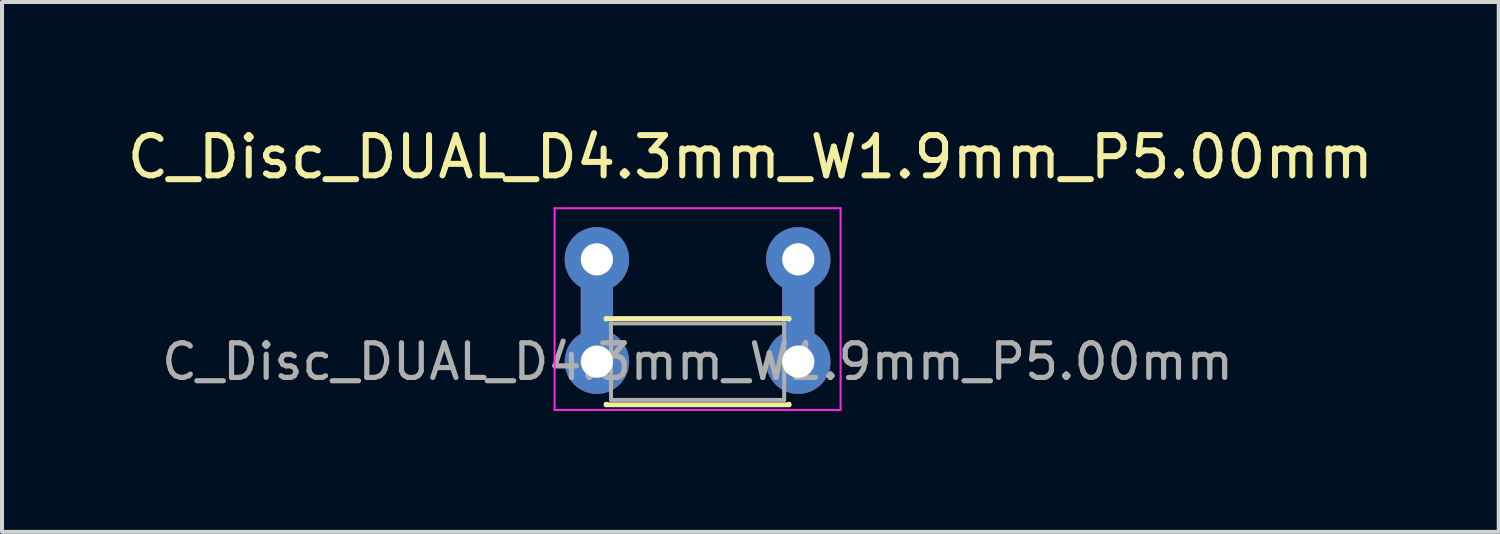
<source format=kicad_pcb>
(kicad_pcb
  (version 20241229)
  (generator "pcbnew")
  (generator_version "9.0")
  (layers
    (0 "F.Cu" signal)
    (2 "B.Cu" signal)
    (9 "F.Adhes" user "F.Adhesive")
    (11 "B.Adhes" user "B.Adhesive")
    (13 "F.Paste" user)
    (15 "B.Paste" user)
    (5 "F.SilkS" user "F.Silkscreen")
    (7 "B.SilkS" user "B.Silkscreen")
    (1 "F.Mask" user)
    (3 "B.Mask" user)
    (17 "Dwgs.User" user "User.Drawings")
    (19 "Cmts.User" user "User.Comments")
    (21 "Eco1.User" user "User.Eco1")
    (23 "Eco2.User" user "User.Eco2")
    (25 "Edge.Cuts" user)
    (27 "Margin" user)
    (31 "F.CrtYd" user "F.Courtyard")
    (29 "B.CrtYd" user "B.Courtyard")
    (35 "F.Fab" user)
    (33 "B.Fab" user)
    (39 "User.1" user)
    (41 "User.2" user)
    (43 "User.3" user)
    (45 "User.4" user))
  (footprint "C_Disc_DUAL_D4.3mm_W1.9mm_P5.00mm"
    (layer "F.Cu")
    (at 11.767 5.928)
    (property "Reference" "C_Disc_DUAL_D4.3mm_W1.9mm_P5.00mm" (at 3.81 -5.08 0) (layer "F.SilkS") (effects (font (size 1 1) (thickness 0.15))))
    (attr through_hole)
    (fp_line (start 0 0) (end 0 -2.54) (stroke (width 0.8) (type default)) (layer "F.Cu"))
    (fp_line (start 5 0) (end 5 -2.54) (stroke (width 0.8) (type default)) (layer "F.Cu"))
    (fp_line (start 0 0) (end 0 -2.54) (stroke (width 0.8) (type default)) (layer "B.Cu"))
    (fp_line (start 5 0) (end 5 -2.54) (stroke (width 0.8) (type default)) (layer "B.Cu"))
    (fp_line (start 0.23 -1.07) (end 0.23 -1.055) (stroke (width 0.12) (type solid)) (layer "F.SilkS"))
    (fp_line (start 0.23 -1.07) (end 4.77 -1.07) (stroke (width 0.12) (type solid)) (layer "F.SilkS"))
    (fp_line (start 0.23 1.055) (end 0.23 1.07) (stroke (width 0.12) (type solid)) (layer "F.SilkS"))
    (fp_line (start 0.23 1.07) (end 4.77 1.07) (stroke (width 0.12) (type solid)) (layer "F.SilkS"))
    (fp_line (start 4.77 -1.07) (end 4.77 -1.055) (stroke (width 0.12) (type solid)) (layer "F.SilkS"))
    (fp_line (start 4.77 1.055) (end 4.77 1.07) (stroke (width 0.12) (type solid)) (layer "F.SilkS"))
    (fp_line (start -1.05 -3.81) (end -1.05 1.2) (stroke (width 0.05) (type solid)) (layer "F.CrtYd"))
    (fp_line (start -1.05 1.2) (end 6.05 1.2) (stroke (width 0.05) (type solid)) (layer "F.CrtYd"))
    (fp_line (start 6.05 -3.81) (end -1.05 -3.81) (stroke (width 0.05) (type solid)) (layer "F.CrtYd"))
    (fp_line (start 6.05 1.2) (end 6.05 -3.81) (stroke (width 0.05) (type solid)) (layer "F.CrtYd"))
    (fp_line (start 0.35 -0.95) (end 0.35 0.95) (stroke (width 0.1) (type solid)) (layer "F.Fab"))
    (fp_line (start 0.35 0.95) (end 4.65 0.95) (stroke (width 0.1) (type solid)) (layer "F.Fab"))
    (fp_line (start 4.65 -0.95) (end 0.35 -0.95) (stroke (width 0.1) (type solid)) (layer "F.Fab"))
    (fp_line (start 4.65 0.95) (end 4.65 -0.95) (stroke (width 0.1) (type solid)) (layer "F.Fab"))
    (fp_text user "${REFERENCE}" (at 2.5 0 0) (layer "F.Fab") (effects (font (size 0.86 0.86) (thickness 0.129))))
    (pad "" thru_hole circle (at 0 -2.54) (size 1.6 1.6) (drill 0.8) (layers "*.Cu" "*.Mask"))
    (pad "" thru_hole circle (at 5 -2.54) (size 1.6 1.6) (drill 0.8) (layers "*.Cu" "*.Mask"))
    (pad "1" thru_hole circle (at 0 0) (size 1.6 1.6) (drill 0.8) (layers "*.Cu" "*.Mask"))
    (pad "2" thru_hole circle (at 5 0) (size 1.6 1.6) (drill 0.8) (layers "*.Cu" "*.Mask")))
  (gr_rect
    (start -3 -3)
    (end 34.155 10.153)
    (stroke (width 0.1) (type default))
    (fill no)
    (layer "Edge.Cuts")))
</source>
